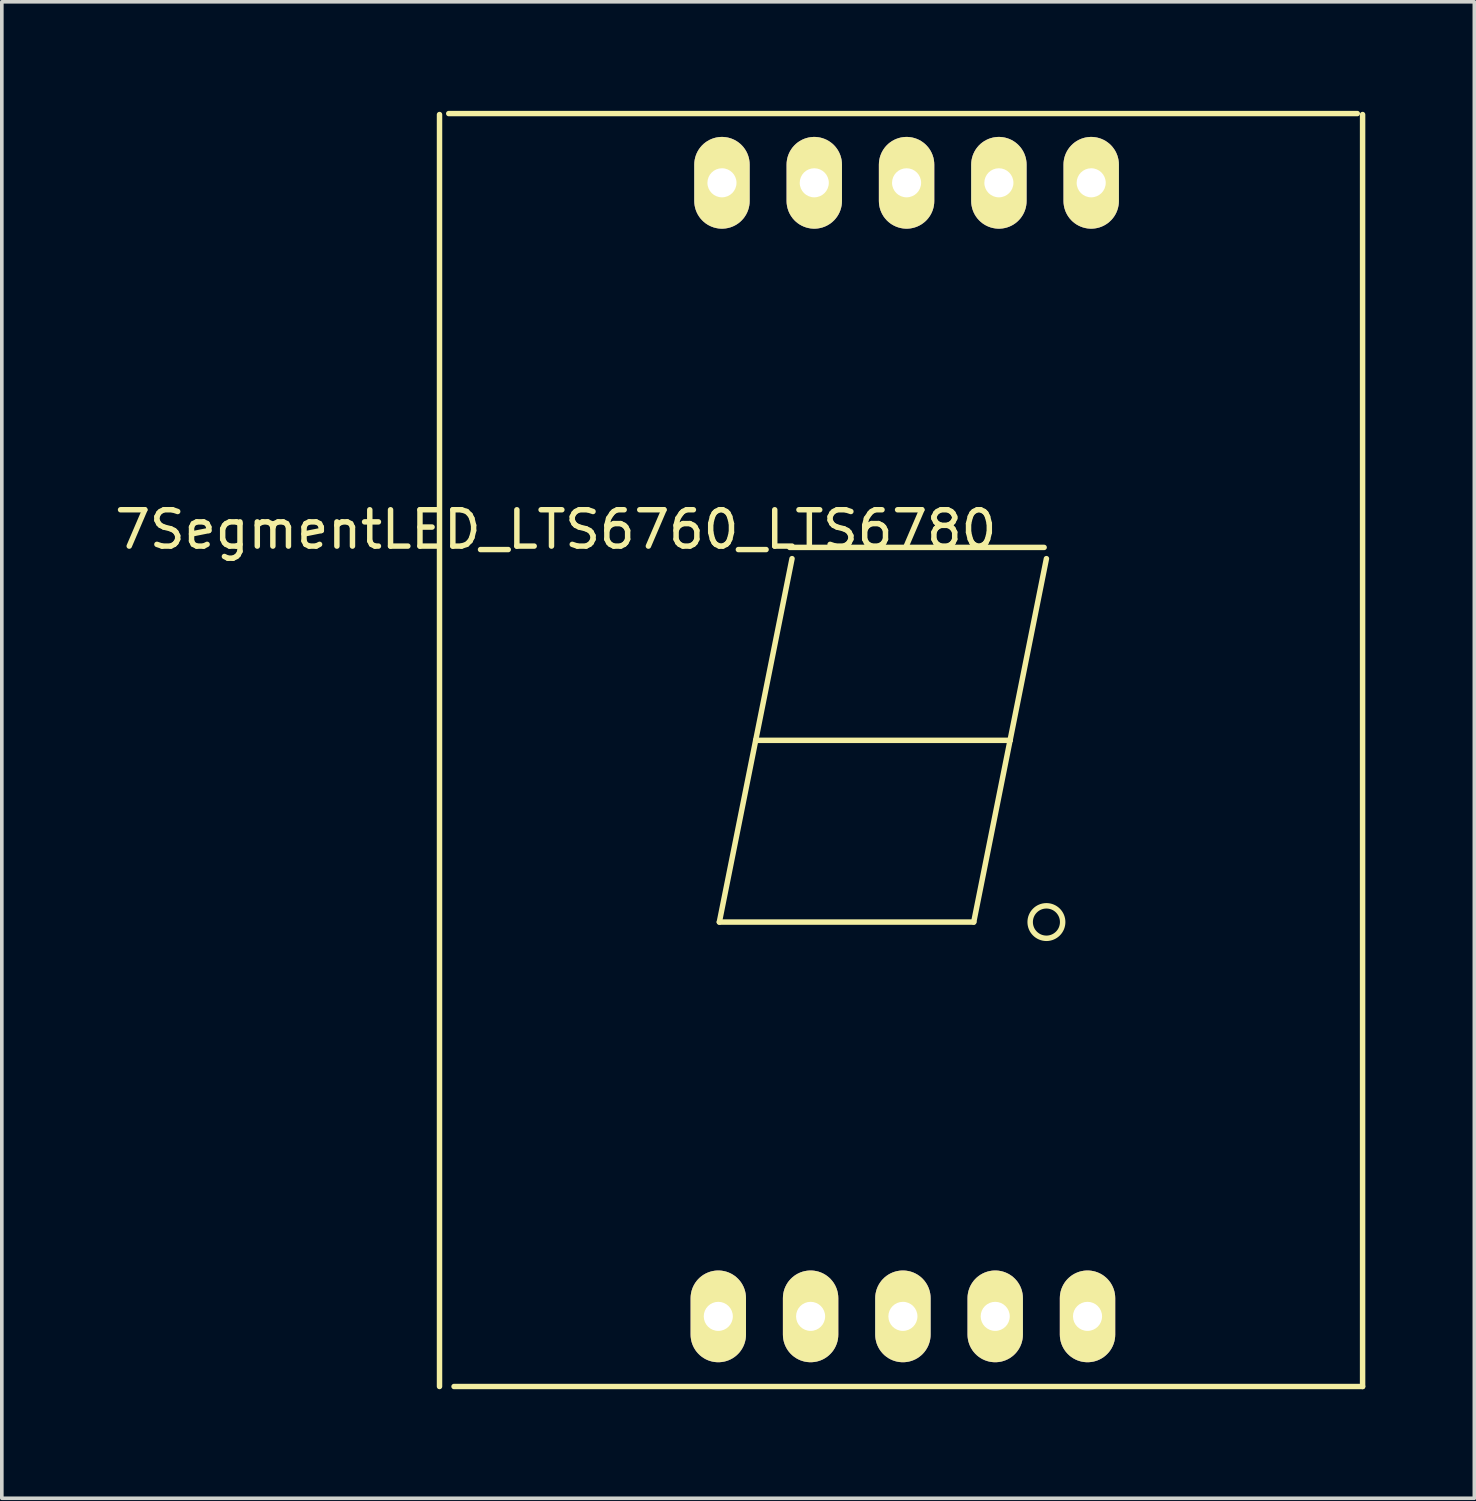
<source format=kicad_pcb>
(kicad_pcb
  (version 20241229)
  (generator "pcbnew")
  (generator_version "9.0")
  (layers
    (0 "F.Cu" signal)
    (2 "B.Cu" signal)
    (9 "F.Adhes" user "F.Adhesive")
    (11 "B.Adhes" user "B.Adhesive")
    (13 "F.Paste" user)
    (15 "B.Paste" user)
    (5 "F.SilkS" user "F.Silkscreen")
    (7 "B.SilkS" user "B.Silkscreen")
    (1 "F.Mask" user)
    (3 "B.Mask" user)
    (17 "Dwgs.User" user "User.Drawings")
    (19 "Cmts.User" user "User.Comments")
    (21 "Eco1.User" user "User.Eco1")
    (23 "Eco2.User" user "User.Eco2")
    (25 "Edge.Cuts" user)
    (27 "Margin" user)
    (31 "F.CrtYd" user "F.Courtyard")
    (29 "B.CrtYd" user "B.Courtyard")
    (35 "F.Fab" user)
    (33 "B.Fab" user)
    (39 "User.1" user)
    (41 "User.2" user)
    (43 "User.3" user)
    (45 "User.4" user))
  (footprint "7SegmentLED_LTS6760_LTS6780"
    (layer "F.Cu")
    (at 21.744 17.322)
    (property "Reference" "7SegmentLED_LTS6760_LTS6780" (at -9.5 -5.8 0) (layer "F.SilkS") (effects (font (size 1 1) (thickness 0.15))))
    (attr through_hole)
    (fp_line (start -12.7 -17.22) (end -12.7 17.78) (stroke (width 0.15) (type solid)) (layer "F.SilkS"))
    (fp_line (start -12.446 -17.247) (end 12.554 -17.247) (stroke (width 0.15) (type solid)) (layer "F.SilkS"))
    (fp_line (start -12.3 17.78) (end 12.7 17.78) (stroke (width 0.15) (type solid)) (layer "F.SilkS"))
    (fp_line (start -5 5) (end 2 5) (stroke (width 0.15) (type solid)) (layer "F.SilkS"))
    (fp_line (start -4 0) (end -5 5) (stroke (width 0.15) (type solid)) (layer "F.SilkS"))
    (fp_line (start -3.063 -5.309) (end 3.937 -5.309) (stroke (width 0.15) (type solid)) (layer "F.SilkS"))
    (fp_line (start -3 -5) (end -4 0) (stroke (width 0.15) (type solid)) (layer "F.SilkS"))
    (fp_line (start 2 5) (end 3 0) (stroke (width 0.15) (type solid)) (layer "F.SilkS"))
    (fp_line (start 3 0) (end -4 0) (stroke (width 0.15) (type solid)) (layer "F.SilkS"))
    (fp_line (start 4 -5) (end 3 0) (stroke (width 0.15) (type solid)) (layer "F.SilkS"))
    (fp_line (start 12.7 -17.22) (end 12.7 17.78) (stroke (width 0.15) (type solid)) (layer "F.SilkS"))
    (fp_circle (center 4 5) (end 4.4 5.2) (stroke (width 0.15) (type solid)) (fill no) (layer "F.SilkS"))
    (pad "1" thru_hole oval (at -5.029 15.85) (size 1.524 2.524) (drill 0.8) (layers "*.Cu" "*.Mask" "F.SilkS"))
    (pad "2" thru_hole oval (at -2.489 15.85) (size 1.524 2.524) (drill 0.8) (layers "*.Cu" "*.Mask" "F.SilkS"))
    (pad "3" thru_hole oval (at 0.051 15.85) (size 1.524 2.524) (drill 0.8) (layers "*.Cu" "*.Mask" "F.SilkS"))
    (pad "4" thru_hole oval (at 2.591 15.85) (size 1.524 2.524) (drill 0.8) (layers "*.Cu" "*.Mask" "F.SilkS"))
    (pad "5" thru_hole oval (at 5.131 15.85) (size 1.524 2.524) (drill 0.8) (layers "*.Cu" "*.Mask" "F.SilkS"))
    (pad "6" thru_hole oval (at 5.232 -15.342) (size 1.524 2.524) (drill 0.8) (layers "*.Cu" "*.Mask" "F.SilkS"))
    (pad "7" thru_hole oval (at 2.692 -15.342) (size 1.524 2.524) (drill 0.8) (layers "*.Cu" "*.Mask" "F.SilkS"))
    (pad "8" thru_hole oval (at 0.152 -15.342) (size 1.524 2.524) (drill 0.8) (layers "*.Cu" "*.Mask" "F.SilkS"))
    (pad "9" thru_hole oval (at -2.388 -15.342) (size 1.524 2.524) (drill 0.8) (layers "*.Cu" "*.Mask" "F.SilkS"))
    (pad "10" thru_hole oval (at -4.928 -15.342) (size 1.524 2.524) (drill 0.8) (layers "*.Cu" "*.Mask" "F.SilkS")))
  (gr_rect
    (start -3 -3)
    (end 37.519 38.177)
    (stroke (width 0.1) (type default))
    (fill no)
    (layer "Edge.Cuts")))
</source>
